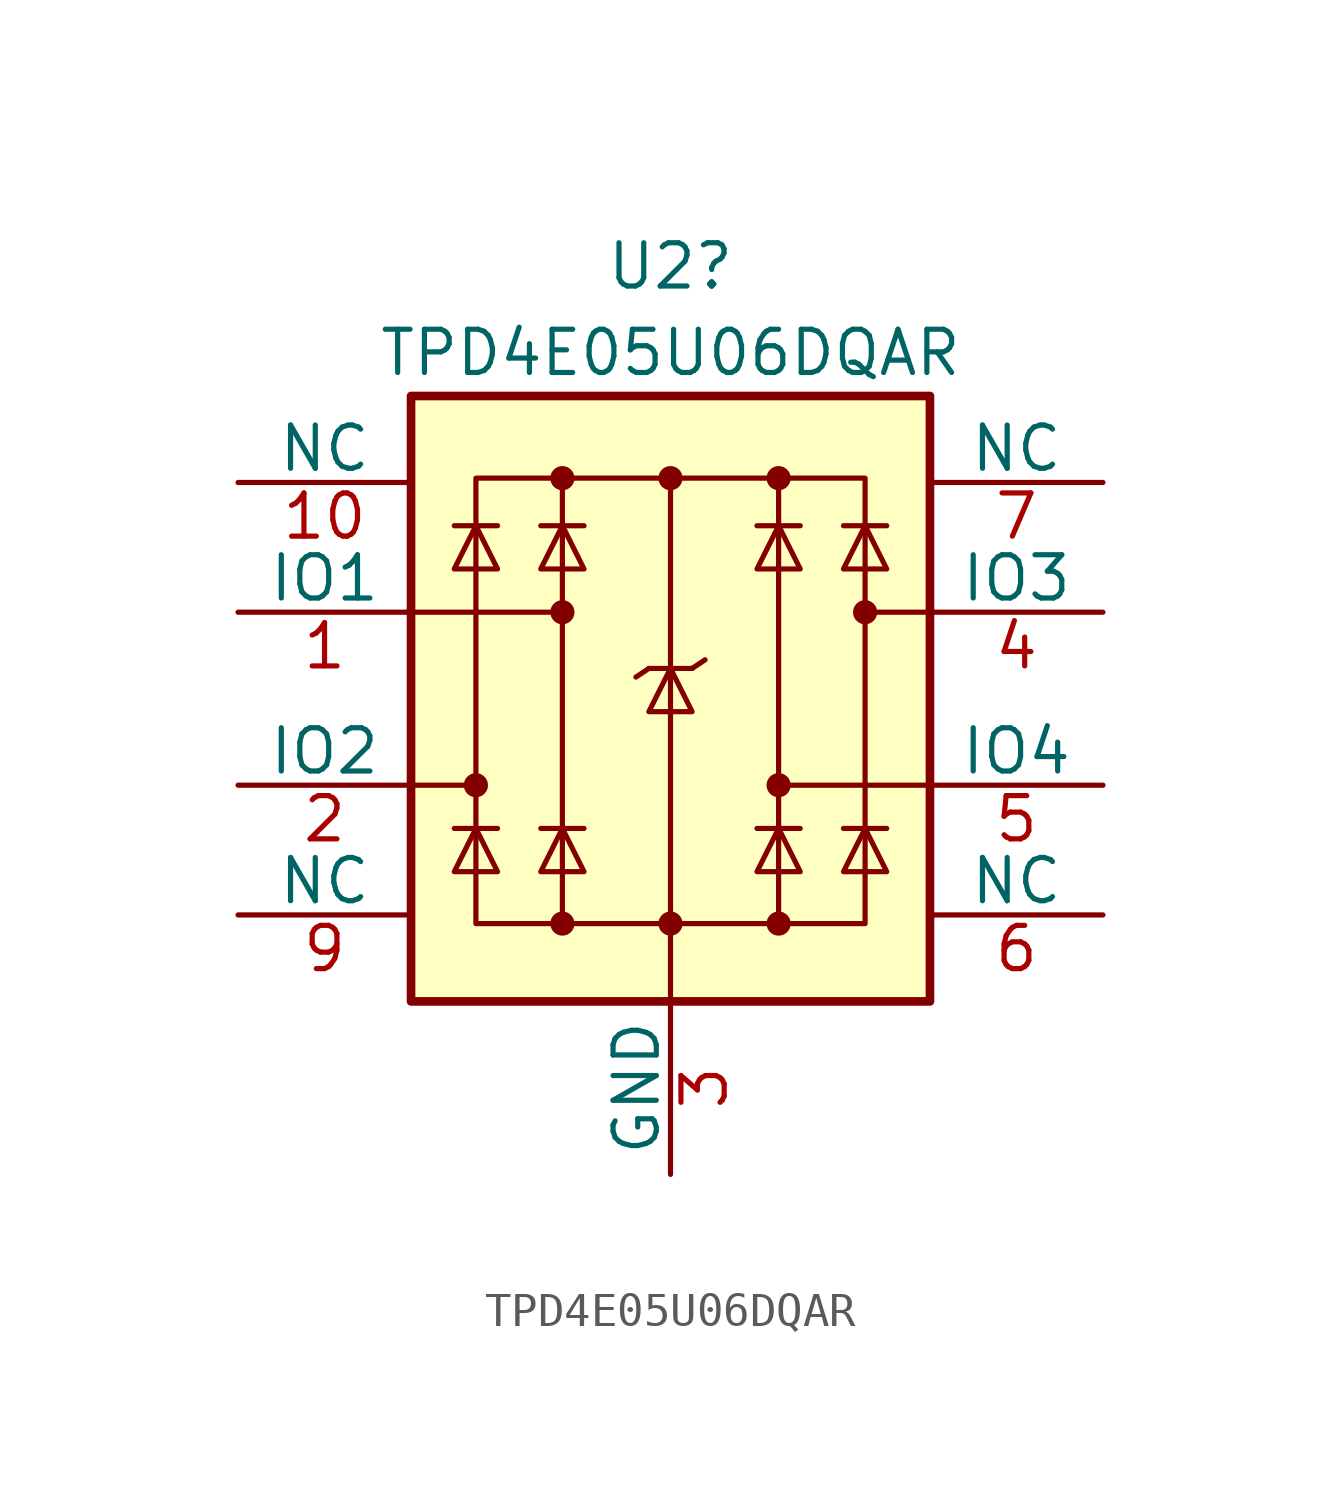
<source format=kicad_sym>
(kicad_symbol_lib
  (version 20220914)
  (generator kicad_symbol_editor)
  (symbol "TPD4E05U06DQAR"
    (pin_names
      (offset 0))
    (property "Reference" "U2"
      (at 0 12.7 0)
      (effects (font (size 1.27 1.27))))
    (property "Value" "TPD4E05U06DQAR"
      (at 0 10.16 0)
      (effects (font (size 1.27 1.27))))
    (symbol "TPD4E05U06DQAR_0_0"
      (rectangle (start -5.715 6.477) (end 5.715 -6.604) (stroke (width 0) (type default)) (fill (type none)))
      (polyline (pts (xy -3.175 -6.604) (xy -3.175 6.477)) (stroke (width 0) (type default)) (fill (type none)))
      (polyline (pts (xy 0 6.477) (xy 0 -6.604)) (stroke (width 0) (type default)) (fill (type none)))
      (polyline (pts (xy 3.175 6.477) (xy 3.175 -6.604)) (stroke (width 0) (type default)) (fill (type none))))
    (symbol "TPD4E05U06DQAR_0_1"
      (rectangle (start -7.62 8.89) (end 7.62 -8.89) (stroke (width 0.254) (type default)) (fill (type background)))
      (circle (center -5.715 -2.54) (radius 0.279) (stroke (width 0) (type default)) (fill (type outline)))
      (circle (center -3.175 -6.604) (radius 0.279) (stroke (width 0) (type default)) (fill (type outline)))
      (circle (center -3.175 2.54) (radius 0.279) (stroke (width 0) (type default)) (fill (type outline)))
      (circle (center -3.175 6.477) (radius 0.279) (stroke (width 0) (type default)) (fill (type outline)))
      (polyline (pts (xy -7.747 2.54) (xy -3.175 2.54)) (stroke (width 0) (type default)) (fill (type none)))
      (polyline (pts (xy -7.62 -2.54) (xy -5.715 -2.54)) (stroke (width 0) (type default)) (fill (type none)))
      (polyline (pts (xy -5.08 -3.81) (xy -6.35 -3.81)) (stroke (width 0) (type default)) (fill (type none)))
      (polyline (pts (xy -5.08 5.08) (xy -6.35 5.08)) (stroke (width 0) (type default)) (fill (type none)))
      (polyline (pts (xy -2.54 -3.81) (xy -3.81 -3.81)) (stroke (width 0) (type default)) (fill (type none)))
      (polyline (pts (xy -2.54 5.08) (xy -3.81 5.08)) (stroke (width 0) (type default)) (fill (type none)))
      (polyline (pts (xy -0.635 0.889) (xy -1.016 0.635)) (stroke (width 0) (type default)) (fill (type none)))
      (polyline (pts (xy 0 -6.604) (xy 0 -8.89)) (stroke (width 0) (type default)) (fill (type none)))
      (polyline (pts (xy 0.635 0.889) (xy -0.635 0.889)) (stroke (width 0) (type default)) (fill (type none)))
      (polyline (pts (xy 0.635 0.889) (xy 1.016 1.143)) (stroke (width 0) (type default)) (fill (type none)))
      (polyline (pts (xy 3.81 -3.81) (xy 2.54 -3.81)) (stroke (width 0) (type default)) (fill (type none)))
      (polyline (pts (xy 3.81 5.08) (xy 2.54 5.08)) (stroke (width 0) (type default)) (fill (type none)))
      (polyline (pts (xy 6.35 -3.81) (xy 5.08 -3.81)) (stroke (width 0) (type default)) (fill (type none)))
      (polyline (pts (xy 6.35 5.08) (xy 5.08 5.08)) (stroke (width 0) (type default)) (fill (type none)))
      (polyline (pts (xy 7.62 -2.54) (xy 3.175 -2.54)) (stroke (width 0) (type default)) (fill (type none)))
      (polyline (pts (xy 7.62 2.54) (xy 5.715 2.54)) (stroke (width 0) (type default)) (fill (type none)))
      (polyline (pts (xy -5.08 -5.08) (xy -6.35 -5.08) (xy -5.715 -3.81) (xy -5.08 -5.08)) (stroke (width 0) (type default)) (fill (type none)))
      (polyline (pts (xy -5.08 3.81) (xy -6.35 3.81) (xy -5.715 5.08) (xy -5.08 3.81)) (stroke (width 0) (type default)) (fill (type none)))
      (polyline (pts (xy -2.54 -5.08) (xy -3.81 -5.08) (xy -3.175 -3.81) (xy -2.54 -5.08)) (stroke (width 0) (type default)) (fill (type none)))
      (polyline (pts (xy -2.54 3.81) (xy -3.81 3.81) (xy -3.175 5.08) (xy -2.54 3.81)) (stroke (width 0) (type default)) (fill (type none)))
      (polyline (pts (xy 0.635 -0.381) (xy -0.635 -0.381) (xy 0 0.889) (xy 0.635 -0.381)) (stroke (width 0) (type default)) (fill (type none)))
      (polyline (pts (xy 3.81 -5.08) (xy 2.54 -5.08) (xy 3.175 -3.81) (xy 3.81 -5.08)) (stroke (width 0) (type default)) (fill (type none)))
      (polyline (pts (xy 3.81 3.81) (xy 2.54 3.81) (xy 3.175 5.08) (xy 3.81 3.81)) (stroke (width 0) (type default)) (fill (type none)))
      (polyline (pts (xy 6.35 -5.08) (xy 5.08 -5.08) (xy 5.715 -3.81) (xy 6.35 -5.08)) (stroke (width 0) (type default)) (fill (type none)))
      (polyline (pts (xy 6.35 3.81) (xy 5.08 3.81) (xy 5.715 5.08) (xy 6.35 3.81)) (stroke (width 0) (type default)) (fill (type none)))
      (circle (center 0 6.477) (radius 0.279) (stroke (width 0) (type default)) (fill (type outline)))
      (circle (center 3.175 -6.604) (radius 0.279) (stroke (width 0) (type default)) (fill (type outline)))
      (circle (center 3.175 -2.54) (radius 0.279) (stroke (width 0) (type default)) (fill (type outline)))
      (circle (center 3.175 6.477) (radius 0.279) (stroke (width 0) (type default)) (fill (type outline)))
      (circle (center 5.715 2.54) (radius 0.279) (stroke (width 0) (type default)) (fill (type outline))))
    (symbol "TPD4E05U06DQAR_1_1"
      (circle (center 0 -6.604) (radius 0.279) (stroke (width 0) (type default)) (fill (type outline)))
      (pin bidirectional line (at -12.7 2.54 0) (length 5.08) (name "IO1" (effects (font (size 1.27 1.27)))) (number "1" (effects (font (size 1.27 1.27)))))
      (pin bidirectional line (at -12.7 6.35 0) (length 5.08) (name "NC" (effects (font (size 1.27 1.27)))) (number "10" (effects (font (size 1.27 1.27)))))
      (pin bidirectional line (at -12.7 -2.54 0) (length 5.08) (name "IO2" (effects (font (size 1.27 1.27)))) (number "2" (effects (font (size 1.27 1.27)))))
      (pin power_in line (at 0 -13.97 90) (length 5.08) (name "GND" (effects (font (size 1.27 1.27)))) (number "3" (effects (font (size 1.27 1.27)))))
      (pin bidirectional line (at 12.7 2.54 180) (length 5.08) (name "IO3" (effects (font (size 1.27 1.27)))) (number "4" (effects (font (size 1.27 1.27)))))
      (pin bidirectional line (at 12.7 -2.54 180) (length 5.08) (name "IO4" (effects (font (size 1.27 1.27)))) (number "5" (effects (font (size 1.27 1.27)))))
      (pin bidirectional line (at 12.7 -6.35 180) (length 5.08) (name "NC" (effects (font (size 1.27 1.27)))) (number "6" (effects (font (size 1.27 1.27)))))
      (pin bidirectional line (at 12.7 6.35 180) (length 5.08) (name "NC" (effects (font (size 1.27 1.27)))) (number "7" (effects (font (size 1.27 1.27)))))
      (pin power_in line (at 0 -13.97 90) (length 5.08) hide (name "GND" (effects (font (size 1.27 1.27)))) (number "8" (effects (font (size 1.27 1.27)))))
      (pin bidirectional line (at -12.7 -6.35 0) (length 5.08) (name "NC" (effects (font (size 1.27 1.27)))) (number "9" (effects (font (size 1.27 1.27))))))))
</source>
